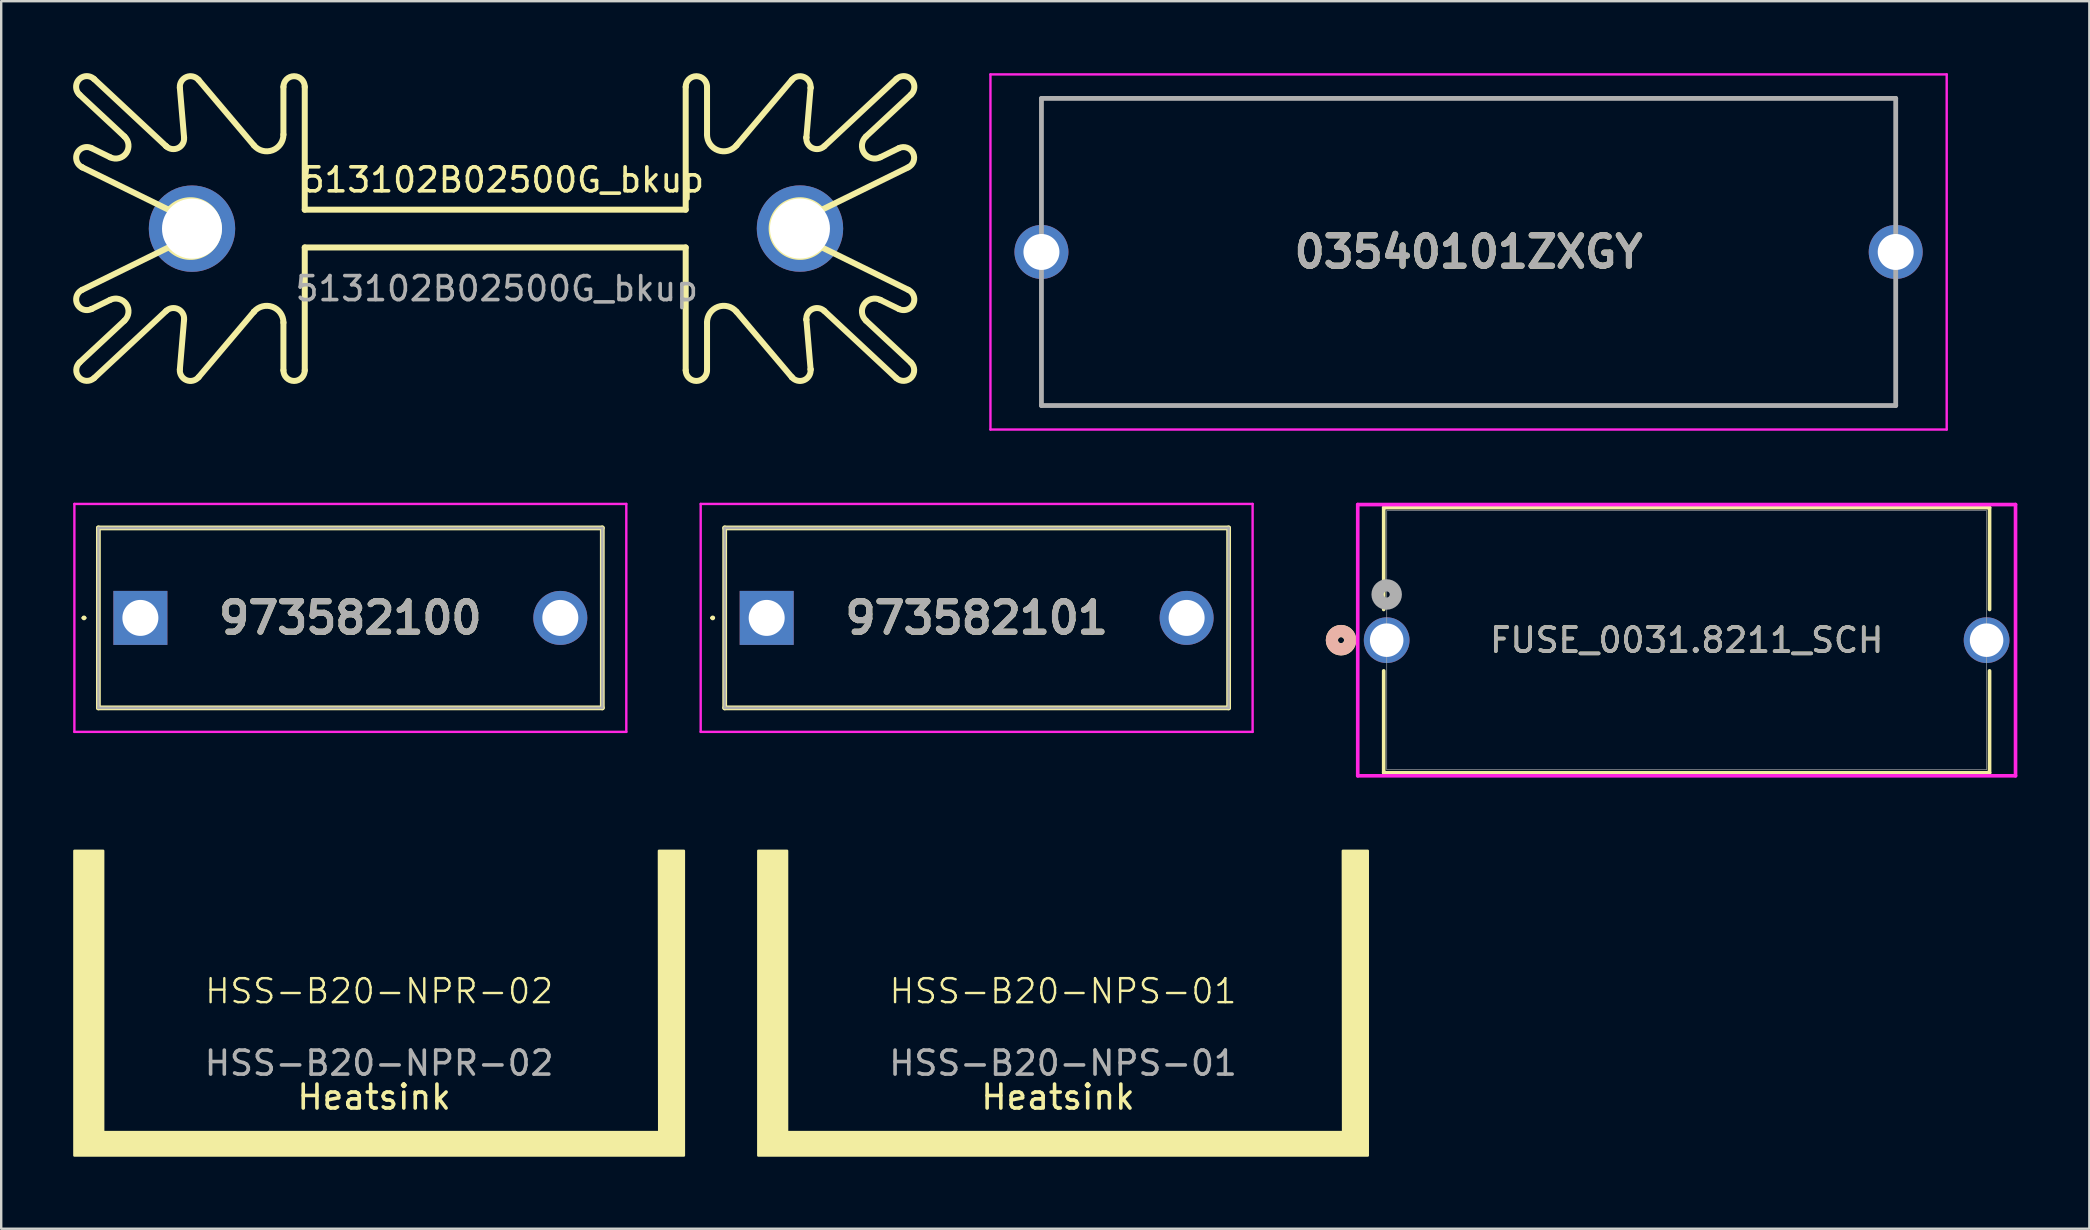
<source format=kicad_pcb>
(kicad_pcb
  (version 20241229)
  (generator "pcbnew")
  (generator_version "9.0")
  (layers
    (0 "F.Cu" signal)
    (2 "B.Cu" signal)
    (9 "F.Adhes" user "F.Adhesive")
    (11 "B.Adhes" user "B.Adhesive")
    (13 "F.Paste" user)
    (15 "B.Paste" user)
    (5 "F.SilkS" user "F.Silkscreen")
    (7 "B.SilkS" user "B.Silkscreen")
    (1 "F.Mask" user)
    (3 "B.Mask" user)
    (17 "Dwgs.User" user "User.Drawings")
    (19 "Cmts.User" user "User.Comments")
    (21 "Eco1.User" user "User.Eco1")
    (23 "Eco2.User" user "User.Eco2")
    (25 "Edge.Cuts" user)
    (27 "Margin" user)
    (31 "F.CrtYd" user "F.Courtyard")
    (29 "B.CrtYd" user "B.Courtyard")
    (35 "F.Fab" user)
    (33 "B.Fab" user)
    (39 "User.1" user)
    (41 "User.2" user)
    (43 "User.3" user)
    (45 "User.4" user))
  (footprint "973582101"
    (layer "F.Cu")
    (at 28.9 22.7)
    (property "Reference" "973582101" (at 8.75 0 0) (layer "F.SilkS") (effects (font (size 1.27 1.27) (thickness 0.254))))
    (attr through_hole)
    (fp_line (start -2.3 0) (end -2.3 0) (stroke (width 0.1) (type solid)) (layer "F.SilkS"))
    (fp_line (start -2.2 0) (end -2.2 0) (stroke (width 0.1) (type solid)) (layer "F.SilkS"))
    (fp_line (start -1.75 -3.75) (end 19.25 -3.75) (stroke (width 0.2) (type solid)) (layer "F.SilkS"))
    (fp_line (start -1.75 3.75) (end -1.75 -3.75) (stroke (width 0.2) (type solid)) (layer "F.SilkS"))
    (fp_line (start 19.25 -3.75) (end 19.25 3.75) (stroke (width 0.2) (type solid)) (layer "F.SilkS"))
    (fp_line (start 19.25 3.75) (end -1.75 3.75) (stroke (width 0.2) (type solid)) (layer "F.SilkS"))
    (fp_arc (start -2.3 0) (mid -2.25 -0.05) (end -2.2 0) (stroke (width 0.1) (type solid)) (layer "F.SilkS"))
    (fp_arc (start -2.2 0) (mid -2.25 0.05) (end -2.3 0) (stroke (width 0.1) (type solid)) (layer "F.SilkS"))
    (fp_line (start -2.75 -4.75) (end 20.25 -4.75) (stroke (width 0.1) (type solid)) (layer "F.CrtYd"))
    (fp_line (start -2.75 4.75) (end -2.75 -4.75) (stroke (width 0.1) (type solid)) (layer "F.CrtYd"))
    (fp_line (start 20.25 -4.75) (end 20.25 4.75) (stroke (width 0.1) (type solid)) (layer "F.CrtYd"))
    (fp_line (start 20.25 4.75) (end -2.75 4.75) (stroke (width 0.1) (type solid)) (layer "F.CrtYd"))
    (fp_line (start -1.75 -3.75) (end 19.25 -3.75) (stroke (width 0.1) (type solid)) (layer "F.Fab"))
    (fp_line (start -1.75 3.75) (end -1.75 -3.75) (stroke (width 0.1) (type solid)) (layer "F.Fab"))
    (fp_line (start 19.25 -3.75) (end 19.25 3.75) (stroke (width 0.1) (type solid)) (layer "F.Fab"))
    (fp_line (start 19.25 3.75) (end -1.75 3.75) (stroke (width 0.1) (type solid)) (layer "F.Fab"))
    (fp_text user "${REFERENCE}" (at 8.75 0 0) (layer "F.Fab") (effects (font (size 1.27 1.27) (thickness 0.254))))
    (pad "1" thru_hole rect (at 0 0) (size 2.25 2.25) (drill 1.5) (layers "*.Cu" "*.Mask"))
    (pad "1" thru_hole circle (at 17.5 0) (size 2.25 2.25) (drill 1.5) (layers "*.Cu" "*.Mask")))
  (footprint "HSS-B20-NPS-01"
    (layer "F.Cu")
    (at 41.25 38.755)
    (property "Reference" "HSS-B20-NPS-01" (at 0 -0.5 0) (unlocked yes) (layer "F.SilkS") (effects (font (size 1 1) (thickness 0.1))))
    (attr board_only exclude_from_pos_files exclude_from_bom)
    (fp_poly (pts (xy 12.7 -6.35) (xy 12.7 6.35) (xy -12.7 6.35) (xy -12.7 -6.35) (xy -11.5 -6.35) (xy -11.5 5.372) (xy 11.67 5.372) (xy 11.66 -6.35)) (stroke (width 0.1) (type solid)) (fill yes) (layer "F.SilkS"))
    (fp_text user "Heatsink" (at -3.5 4.5 0) (unlocked yes) (layer "F.SilkS") (effects (font (size 1 1) (thickness 0.15)) (justify left bottom)))
    (fp_text user "${REFERENCE}" (at 0 2.5 0) (unlocked yes) (layer "F.Fab") (effects (font (size 1 1) (thickness 0.15)))))
  (footprint "03540101ZXGY"
    (layer "F.Cu")
    (at 58.15 7.45)
    (property "Reference" "03540101ZXGY" (at 0 0 0) (layer "F.SilkS") (effects (font (size 1.27 1.27) (thickness 0.254))))
    (attr through_hole)
    (fp_line (start -17.8 -2.54) (end -17.78 -6.4) (stroke (width 0.1) (type solid)) (layer "F.SilkS"))
    (fp_line (start -17.8 2.54) (end -17.8 6.4) (stroke (width 0.1) (type solid)) (layer "F.SilkS"))
    (fp_line (start -17.8 6.4) (end 17.78 6.4) (stroke (width 0.1) (type solid)) (layer "F.SilkS"))
    (fp_line (start -17.78 -6.4) (end 17.78 -6.4) (stroke (width 0.1) (type solid)) (layer "F.SilkS"))
    (fp_line (start 17.78 -6.4) (end 17.8 -2.54) (stroke (width 0.1) (type solid)) (layer "F.SilkS"))
    (fp_line (start 17.78 6.4) (end 17.8 2.54) (stroke (width 0.1) (type solid)) (layer "F.SilkS"))
    (fp_line (start -19.925 -7.4) (end 19.925 -7.4) (stroke (width 0.1) (type solid)) (layer "F.CrtYd"))
    (fp_line (start -19.925 7.4) (end -19.925 -7.4) (stroke (width 0.1) (type solid)) (layer "F.CrtYd"))
    (fp_line (start 19.925 -7.4) (end 19.925 7.4) (stroke (width 0.1) (type solid)) (layer "F.CrtYd"))
    (fp_line (start 19.925 7.4) (end -19.925 7.4) (stroke (width 0.1) (type solid)) (layer "F.CrtYd"))
    (fp_line (start -17.8 -6.4) (end 17.8 -6.4) (stroke (width 0.2) (type solid)) (layer "F.Fab"))
    (fp_line (start -17.8 6.4) (end -17.8 -6.4) (stroke (width 0.2) (type solid)) (layer "F.Fab"))
    (fp_line (start 17.8 -6.4) (end 17.8 6.4) (stroke (width 0.2) (type solid)) (layer "F.Fab"))
    (fp_line (start 17.8 6.4) (end -17.8 6.4) (stroke (width 0.2) (type solid)) (layer "F.Fab"))
    (fp_text user "${REFERENCE}" (at 0 0 0) (layer "F.Fab") (effects (font (size 1.27 1.27) (thickness 0.254))))
    (pad "1" thru_hole circle (at -17.8 0) (size 2.25 2.25) (drill 1.5) (layers "*.Cu" "*.Mask"))
    (pad "2" thru_hole circle (at 17.8 0) (size 2.25 2.25) (drill 1.5) (layers "*.Cu" "*.Mask")))
  (footprint "HSS-B20-NPR-02"
    (layer "F.Cu")
    (at 12.75 38.755)
    (property "Reference" "HSS-B20-NPR-02" (at 0 -0.5 0) (unlocked yes) (layer "F.SilkS") (effects (font (size 1 1) (thickness 0.1))))
    (attr board_only exclude_from_pos_files exclude_from_bom)
    (fp_poly (pts (xy 12.7 -6.35) (xy 12.7 6.35) (xy -12.7 6.35) (xy -12.7 -6.35) (xy -11.5 -6.35) (xy -11.5 5.372) (xy 11.67 5.372) (xy 11.66 -6.35)) (stroke (width 0.1) (type solid)) (fill yes) (layer "F.SilkS"))
    (fp_text user "Heatsink" (at -3.5 4.5 0) (unlocked yes) (layer "F.SilkS") (effects (font (size 1 1) (thickness 0.15)) (justify left bottom)))
    (fp_text user "${REFERENCE}" (at 0 2.5 0) (unlocked yes) (layer "F.Fab") (effects (font (size 1 1) (thickness 0.15)))))
  (footprint "FUSE_0031.8211_SCH"
    (layer "F.Cu")
    (at 54.737 23.628)
    (property "Reference" "FUSE_0031.8211_SCH" (at 12.5 0 0) (unlocked yes) (layer "F.SilkS") (effects (font (size 1 1) (thickness 0.15))))
    (attr through_hole)
    (fp_line (start -0.124 -5.524) (end -0.124 -1.279) (stroke (width 0.152) (type solid)) (layer "F.SilkS"))
    (fp_line (start -0.124 1.279) (end -0.124 5.524) (stroke (width 0.152) (type solid)) (layer "F.SilkS"))
    (fp_line (start -0.124 5.524) (end 25.124 5.524) (stroke (width 0.152) (type solid)) (layer "F.SilkS"))
    (fp_line (start 25.124 -5.524) (end -0.124 -5.524) (stroke (width 0.152) (type solid)) (layer "F.SilkS"))
    (fp_line (start 25.124 -1.279) (end 25.124 -5.524) (stroke (width 0.152) (type solid)) (layer "F.SilkS"))
    (fp_line (start 25.124 5.524) (end 25.124 1.279) (stroke (width 0.152) (type solid)) (layer "F.SilkS"))
    (fp_circle (center -1.902 0) (end -1.521 0) (stroke (width 0.508) (type solid)) (fill no) (layer "F.SilkS"))
    (fp_circle (center -1.902 0) (end -1.521 0) (stroke (width 0.508) (type solid)) (fill no) (layer "B.SilkS"))
    (fp_line (start -1.206 -5.652) (end -1.206 5.652) (stroke (width 0.152) (type solid)) (layer "F.CrtYd"))
    (fp_line (start -1.206 5.652) (end 26.206 5.652) (stroke (width 0.152) (type solid)) (layer "F.CrtYd"))
    (fp_line (start 26.206 -5.652) (end -1.206 -5.652) (stroke (width 0.152) (type solid)) (layer "F.CrtYd"))
    (fp_line (start 26.206 5.652) (end 26.206 -5.652) (stroke (width 0.152) (type solid)) (layer "F.CrtYd"))
    (fp_line (start 0.003 -5.397) (end 0.003 5.397) (stroke (width 0.025) (type solid)) (layer "F.Fab"))
    (fp_line (start 0.003 5.397) (end 24.997 5.397) (stroke (width 0.025) (type solid)) (layer "F.Fab"))
    (fp_line (start 24.997 -5.397) (end 0.003 -5.397) (stroke (width 0.025) (type solid)) (layer "F.Fab"))
    (fp_line (start 24.997 5.397) (end 24.997 -5.397) (stroke (width 0.025) (type solid)) (layer "F.Fab"))
    (fp_circle (center 0 -1.905) (end 0.381 -1.905) (stroke (width 0.508) (type solid)) (fill no) (layer "F.Fab"))
    (fp_text user "${REFERENCE}" (at 12.5 0 0) (unlocked yes) (layer "F.Fab") (effects (font (size 1 1) (thickness 0.15))))
    (pad "1" thru_hole circle (at 0 0) (size 1.905 1.905) (drill 1.397) (layers "*.Cu" "*.Mask"))
    (pad "2" thru_hole circle (at 25 0) (size 1.905 1.905) (drill 1.397) (layers "*.Cu" "*.Mask")))
  (footprint "973582100"
    (layer "F.Cu")
    (at 2.8 22.7)
    (property "Reference" "973582100" (at 8.75 0 0) (layer "F.SilkS") (effects (font (size 1.27 1.27) (thickness 0.254))))
    (attr through_hole)
    (fp_line (start -2.4 0) (end -2.4 0) (stroke (width 0.1) (type solid)) (layer "F.SilkS"))
    (fp_line (start -2.3 0) (end -2.3 0) (stroke (width 0.1) (type solid)) (layer "F.SilkS"))
    (fp_line (start -1.75 -3.75) (end 19.25 -3.75) (stroke (width 0.2) (type solid)) (layer "F.SilkS"))
    (fp_line (start -1.75 3.75) (end -1.75 -3.75) (stroke (width 0.2) (type solid)) (layer "F.SilkS"))
    (fp_line (start 19.25 -3.75) (end 19.25 3.75) (stroke (width 0.2) (type solid)) (layer "F.SilkS"))
    (fp_line (start 19.25 3.75) (end -1.75 3.75) (stroke (width 0.2) (type solid)) (layer "F.SilkS"))
    (fp_arc (start -2.4 0) (mid -2.35 -0.05) (end -2.3 0) (stroke (width 0.1) (type solid)) (layer "F.SilkS"))
    (fp_arc (start -2.3 0) (mid -2.35 0.05) (end -2.4 0) (stroke (width 0.1) (type solid)) (layer "F.SilkS"))
    (fp_line (start -2.75 -4.75) (end 20.25 -4.75) (stroke (width 0.1) (type solid)) (layer "F.CrtYd"))
    (fp_line (start -2.75 4.75) (end -2.75 -4.75) (stroke (width 0.1) (type solid)) (layer "F.CrtYd"))
    (fp_line (start 20.25 -4.75) (end 20.25 4.75) (stroke (width 0.1) (type solid)) (layer "F.CrtYd"))
    (fp_line (start 20.25 4.75) (end -2.75 4.75) (stroke (width 0.1) (type solid)) (layer "F.CrtYd"))
    (fp_line (start -1.75 -3.75) (end 19.25 -3.75) (stroke (width 0.1) (type solid)) (layer "F.Fab"))
    (fp_line (start -1.75 3.75) (end -1.75 -3.75) (stroke (width 0.1) (type solid)) (layer "F.Fab"))
    (fp_line (start 19.25 -3.75) (end 19.25 3.75) (stroke (width 0.1) (type solid)) (layer "F.Fab"))
    (fp_line (start 19.25 3.75) (end -1.75 3.75) (stroke (width 0.1) (type solid)) (layer "F.Fab"))
    (fp_text user "${REFERENCE}" (at 8.75 0 0) (layer "F.Fab") (effects (font (size 1.27 1.27) (thickness 0.254))))
    (pad "1" thru_hole rect (at 0 0) (size 2.25 2.25) (drill 1.5) (layers "*.Cu" "*.Mask"))
    (pad "1" thru_hole circle (at 17.5 0) (size 2.25 2.25) (drill 1.5) (layers "*.Cu" "*.Mask")))
  (footprint "513102B02500G_bkup"
    (layer "F.Cu")
    (at 17.651 6.479)
    (property "Reference" "513102B02500G_bkup" (at 0.254 -2.032 0) (unlocked yes) (layer "F.SilkS") (effects (font (size 1 1) (thickness 0.15))))
    (attr through_hole)
    (fp_line (start -17.385 -5.584) (end -15.514 -3.84) (stroke (width 0.25) (type default)) (layer "F.SilkS"))
    (fp_line (start -17.385 5.577) (end -15.514 3.833) (stroke (width 0.25) (type default)) (layer "F.SilkS"))
    (fp_line (start -17.277 2.55) (end -13.655 0.771) (stroke (width 0.25) (type default)) (layer "F.SilkS"))
    (fp_line (start -17.277 -2.557) (end -17.277 -2.557) (stroke (width 0.25) (type default)) (layer "F.SilkS"))
    (fp_line (start -17.277 -2.557) (end -13.655 -0.779) (stroke (width 0.25) (type default)) (layer "F.SilkS"))
    (fp_line (start -16.886 3.348) (end -16.886 3.348) (stroke (width 0.25) (type default)) (layer "F.SilkS"))
    (fp_line (start -16.111 2.968) (end -16.886 3.348) (stroke (width 0.25) (type default)) (layer "F.SilkS"))
    (fp_line (start -16.111 -2.975) (end -16.886 -3.355) (stroke (width 0.25) (type default)) (layer "F.SilkS"))
    (fp_line (start -13.776 -3.434) (end -16.778 -6.234) (stroke (width 0.25) (type default)) (layer "F.SilkS"))
    (fp_line (start -13.776 3.427) (end -16.778 6.227) (stroke (width 0.25) (type default)) (layer "F.SilkS"))
    (fp_line (start -13.776 -3.434) (end -13.776 -3.434) (stroke (width 0.25) (type default)) (layer "F.SilkS"))
    (fp_line (start -13.206 -5.871) (end -13.03 -3.797) (stroke (width 0.25) (type default)) (layer "F.SilkS"))
    (fp_line (start -13.206 5.864) (end -13.03 3.79) (stroke (width 0.25) (type default)) (layer "F.SilkS"))
    (fp_line (start -10.118 -3.469) (end -12.424 -6.196) (stroke (width 0.25) (type default)) (layer "F.SilkS"))
    (fp_line (start -10.118 3.462) (end -12.424 6.189) (stroke (width 0.25) (type default)) (layer "F.SilkS"))
    (fp_line (start -10.118 3.462) (end -10.118 3.462) (stroke (width 0.25) (type default)) (layer "F.SilkS"))
    (fp_line (start -8.89 -5.909) (end -8.89 -3.919) (stroke (width 0.25) (type default)) (layer "F.SilkS"))
    (fp_line (start -8.89 5.902) (end -8.89 3.912) (stroke (width 0.25) (type default)) (layer "F.SilkS"))
    (fp_line (start -8.001 -0.791) (end -8.001 -5.909) (stroke (width 0.25) (type default)) (layer "F.SilkS"))
    (fp_line (start -8.001 0.784) (end -8.001 5.902) (stroke (width 0.25) (type default)) (layer "F.SilkS"))
    (fp_line (start -8.001 0.784) (end 7.874 0.784) (stroke (width 0.25) (type default)) (layer "F.SilkS"))
    (fp_line (start 7.874 -0.791) (end -8.001 -0.791) (stroke (width 0.25) (type default)) (layer "F.SilkS"))
    (fp_line (start 7.874 -0.791) (end 7.874 -5.909) (stroke (width 0.25) (type default)) (layer "F.SilkS"))
    (fp_line (start 7.874 0.784) (end 7.874 5.902) (stroke (width 0.25) (type default)) (layer "F.SilkS"))
    (fp_line (start 8.763 -5.909) (end 8.763 -3.919) (stroke (width 0.25) (type default)) (layer "F.SilkS"))
    (fp_line (start 8.763 5.902) (end 8.763 3.912) (stroke (width 0.25) (type default)) (layer "F.SilkS"))
    (fp_line (start 9.991 -3.469) (end 12.297 -6.196) (stroke (width 0.25) (type default)) (layer "F.SilkS"))
    (fp_line (start 9.991 3.462) (end 12.297 6.189) (stroke (width 0.25) (type default)) (layer "F.SilkS"))
    (fp_line (start 12.297 6.189) (end 12.297 6.189) (stroke (width 0.25) (type default)) (layer "F.SilkS"))
    (fp_line (start 12.903 3.79) (end 12.903 3.79) (stroke (width 0.25) (type default)) (layer "F.SilkS"))
    (fp_line (start 12.903 -3.797) (end 12.903 -3.797) (stroke (width 0.25) (type default)) (layer "F.SilkS"))
    (fp_line (start 13.079 -5.871) (end 13.079 -5.871) (stroke (width 0.25) (type default)) (layer "F.SilkS"))
    (fp_line (start 13.079 5.864) (end 13.079 5.864) (stroke (width 0.25) (type default)) (layer "F.SilkS"))
    (fp_line (start 13.079 -5.871) (end 12.903 -3.797) (stroke (width 0.25) (type default)) (layer "F.SilkS"))
    (fp_line (start 13.079 5.864) (end 12.903 3.79) (stroke (width 0.25) (type default)) (layer "F.SilkS"))
    (fp_line (start 13.649 -3.434) (end 16.651 -6.234) (stroke (width 0.25) (type default)) (layer "F.SilkS"))
    (fp_line (start 13.649 3.427) (end 16.651 6.227) (stroke (width 0.25) (type default)) (layer "F.SilkS"))
    (fp_line (start 15.984 2.968) (end 15.984 2.968) (stroke (width 0.25) (type default)) (layer "F.SilkS"))
    (fp_line (start 15.984 -2.975) (end 16.759 -3.355) (stroke (width 0.25) (type default)) (layer "F.SilkS"))
    (fp_line (start 15.984 2.968) (end 16.759 3.348) (stroke (width 0.25) (type default)) (layer "F.SilkS"))
    (fp_line (start 17.142 -2.553) (end 13.528 -0.779) (stroke (width 0.25) (type default)) (layer "F.SilkS"))
    (fp_line (start 17.15 2.55) (end 13.528 0.771) (stroke (width 0.25) (type default)) (layer "F.SilkS"))
    (fp_line (start 17.258 -5.584) (end 15.383 -3.836) (stroke (width 0.25) (type default)) (layer "F.SilkS"))
    (fp_line (start 17.258 5.577) (end 15.387 3.833) (stroke (width 0.25) (type default)) (layer "F.SilkS"))
    (fp_arc (start -17.384648 -5.583979) (mid -17.406587 -6.212214) (end -16.778352 -6.234153) (stroke (width 0.25) (type default)) (layer "F.SilkS"))
    (fp_arc (start -17.277406 -2.557317) (mid -17.4805 -3.152223) (end -16.885594 -3.355316) (stroke (width 0.25) (type default)) (layer "F.SilkS"))
    (fp_arc (start -16.885594 3.348183) (mid -17.4805 3.14509) (end -17.277407 2.550184) (stroke (width 0.25) (type default)) (layer "F.SilkS"))
    (fp_arc (start -16.778352 6.227021) (mid -17.406587 6.205082) (end -17.384648 5.576847) (stroke (width 0.25) (type default)) (layer "F.SilkS"))
    (fp_arc (start -16.110621 2.967678) (mid -15.439289 3.14301) (end -15.514373 3.832786) (stroke (width 0.25) (type default)) (layer "F.SilkS"))
    (fp_arc (start -15.514371 -3.839918) (mid -15.439287 -3.150141) (end -16.11062 -2.97481) (stroke (width 0.25) (type default)) (layer "F.SilkS"))
    (fp_arc (start -13.775747 3.427047) (mid -13.278201 3.352397) (end -13.029703 3.78986) (stroke (width 0.25) (type default)) (layer "F.SilkS"))
    (fp_arc (start -13.654732 -0.778612) (mid -11.5824 -0.003564) (end -13.654733 0.77148) (stroke (width 0.25) (type default)) (layer "F.SilkS"))
    (fp_arc (start -13.206396 -5.871341) (mid -12.933933 -6.319594) (end -12.424111 -6.196111) (stroke (width 0.25) (type default)) (layer "F.SilkS"))
    (fp_arc (start -13.029703 -3.796991) (mid -13.278201 -3.359529) (end -13.775746 -3.43418) (stroke (width 0.25) (type default)) (layer "F.SilkS"))
    (fp_arc (start -12.424111 6.188979) (mid -12.933934 6.312462) (end -13.206396 5.864209) (stroke (width 0.25) (type default)) (layer "F.SilkS"))
    (fp_arc (start -10.117746 3.462025) (mid -9.346801 3.257864) (end -8.89 3.911599) (stroke (width 0.25) (type default)) (layer "F.SilkS"))
    (fp_arc (start -8.89 -5.909066) (mid -8.4455 -6.353566) (end -8.001 -5.909066) (stroke (width 0.25) (type default)) (layer "F.SilkS"))
    (fp_arc (start -8.89 -3.918732) (mid -9.346801 -3.264996) (end -10.117747 -3.469155) (stroke (width 0.25) (type default)) (layer "F.SilkS"))
    (fp_arc (start -8.001 5.901934) (mid -8.4455 6.346434) (end -8.89 5.901934) (stroke (width 0.25) (type default)) (layer "F.SilkS"))
    (fp_arc (start 7.874 -5.909066) (mid 8.3185 -6.353566) (end 8.763 -5.909066) (stroke (width 0.25) (type default)) (layer "F.SilkS"))
    (fp_arc (start 8.763 3.911634) (mid 9.219811 3.257885) (end 9.99077 3.462051) (stroke (width 0.25) (type default)) (layer "F.SilkS"))
    (fp_arc (start 8.763 5.901934) (mid 8.3185 6.346434) (end 7.874 5.901934) (stroke (width 0.25) (type default)) (layer "F.SilkS"))
    (fp_arc (start 9.99077 -3.469183) (mid 9.219812 -3.265019) (end 8.763 -3.918766) (stroke (width 0.25) (type default)) (layer "F.SilkS"))
    (fp_arc (start 12.29711 -6.19611) (mid 12.806933 -6.319593) (end 13.079395 -5.87134) (stroke (width 0.25) (type default)) (layer "F.SilkS"))
    (fp_arc (start 12.902704 3.78986) (mid 13.151202 3.352397) (end 13.648748 3.427048) (stroke (width 0.25) (type default)) (layer "F.SilkS"))
    (fp_arc (start 13.079395 5.864208) (mid 12.806932 6.312461) (end 12.297111 6.188977) (stroke (width 0.25) (type default)) (layer "F.SilkS"))
    (fp_arc (start 13.527733 0.77148) (mid 11.455402 -0.003566) (end 13.527733 -0.778612) (stroke (width 0.25) (type default)) (layer "F.SilkS"))
    (fp_arc (start 13.648748 -3.43418) (mid 13.151202 -3.35953) (end 12.902705 -3.796992) (stroke (width 0.25) (type default)) (layer "F.SilkS"))
    (fp_arc (start 15.387417 3.832828) (mid 15.312334 3.143062) (end 15.983657 2.967734) (stroke (width 0.25) (type default)) (layer "F.SilkS"))
    (fp_arc (start 15.983671 -2.974835) (mid 15.314019 -3.147706) (end 15.383022 -3.835862) (stroke (width 0.25) (type default)) (layer "F.SilkS"))
    (fp_arc (start 16.651352 -6.234153) (mid 17.279587 -6.212214) (end 17.257648 -5.583979) (stroke (width 0.25) (type default)) (layer "F.SilkS"))
    (fp_arc (start 16.758574 -3.355306) (mid 17.35548 -3.14819) (end 17.142402 -2.553386) (stroke (width 0.25) (type default)) (layer "F.SilkS"))
    (fp_arc (start 17.150466 2.550214) (mid 17.35356 3.14512) (end 16.758654 3.348214) (stroke (width 0.25) (type default)) (layer "F.SilkS"))
    (fp_arc (start 17.257648 5.576847) (mid 17.279587 6.205082) (end 16.651352 6.227021) (stroke (width 0.25) (type default)) (layer "F.SilkS"))
    (fp_text user "${REFERENCE}" (at 0 2.5 0) (unlocked yes) (layer "F.Fab") (effects (font (size 1 1) (thickness 0.15))))
    (pad "" thru_hole circle (at -12.7 0) (size 3.6 3.6) (drill 2.5) (layers "*.Cu" "*.Mask"))
    (pad "" thru_hole circle (at 12.636 -0.004) (size 3.6 3.6) (drill 2.5) (layers "*.Cu" "*.Mask")))
  (gr_rect
    (start -3 -3)
    (end 84.019 48.155)
    (stroke (width 0.1) (type default))
    (fill no)
    (layer "Edge.Cuts")))
</source>
